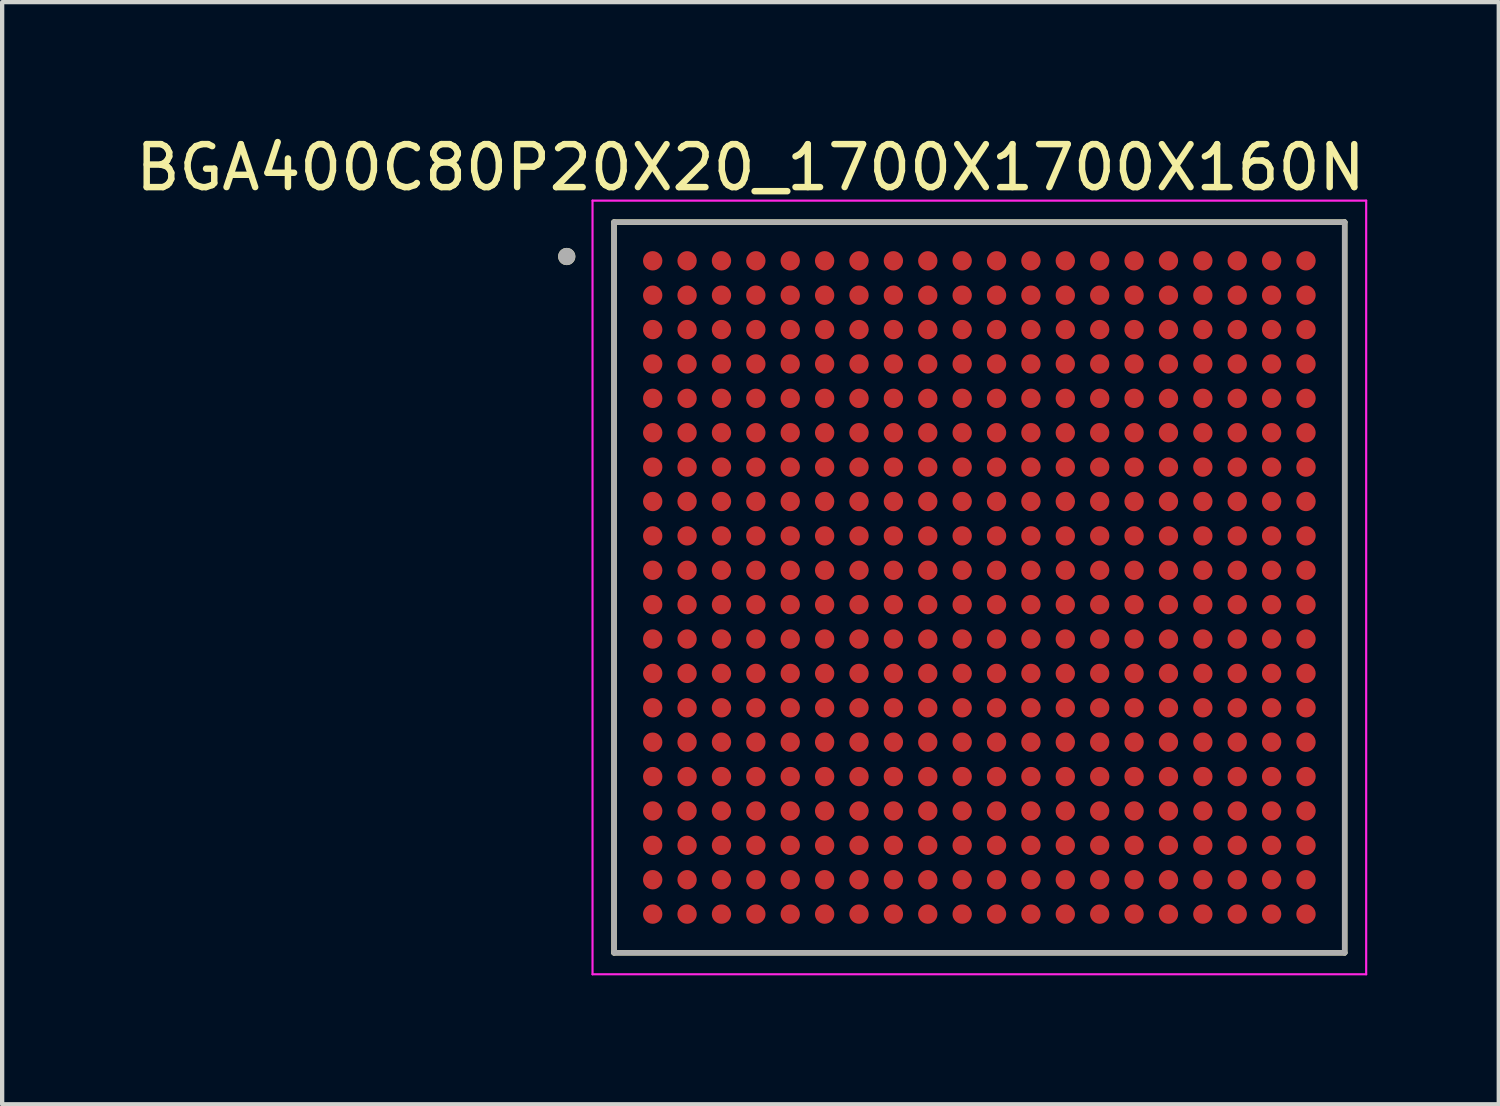
<source format=kicad_pcb>
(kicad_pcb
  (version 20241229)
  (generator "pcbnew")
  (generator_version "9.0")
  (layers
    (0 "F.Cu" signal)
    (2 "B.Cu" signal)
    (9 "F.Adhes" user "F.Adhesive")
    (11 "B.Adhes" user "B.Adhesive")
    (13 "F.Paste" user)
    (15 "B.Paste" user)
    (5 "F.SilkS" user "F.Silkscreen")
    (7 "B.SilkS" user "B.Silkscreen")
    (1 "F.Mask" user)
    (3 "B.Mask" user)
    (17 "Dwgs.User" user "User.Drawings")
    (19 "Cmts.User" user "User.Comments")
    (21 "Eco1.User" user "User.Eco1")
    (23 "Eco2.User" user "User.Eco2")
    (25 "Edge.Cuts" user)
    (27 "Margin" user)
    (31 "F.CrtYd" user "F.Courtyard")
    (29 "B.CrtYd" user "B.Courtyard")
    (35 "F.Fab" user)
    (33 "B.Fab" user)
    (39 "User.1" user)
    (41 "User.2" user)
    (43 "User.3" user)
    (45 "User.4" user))
  (footprint "BGA400C80P20X20_1700X1700X160N"
    (layer "F.Cu")
    (at 19.736 10.618)
    (property "Reference" "BGA400C80P20X20_1700X1700X160N" (at -5.325 -9.77 0) (layer "F.SilkS") (effects (font (size 1 1) (thickness 0.15))))
    (attr smd)
    (fp_line (start -8.5 -8.5) (end -8.5 8.5) (stroke (width 0.127) (type solid)) (layer "F.SilkS"))
    (fp_line (start 8.5 -8.5) (end -8.5 -8.5) (stroke (width 0.127) (type solid)) (layer "F.SilkS"))
    (fp_line (start 8.5 -8.5) (end 8.5 8.5) (stroke (width 0.127) (type solid)) (layer "F.SilkS"))
    (fp_line (start 8.5 8.5) (end -8.5 8.5) (stroke (width 0.127) (type solid)) (layer "F.SilkS"))
    (fp_circle (center -9.6 -7.7) (end -9.5 -7.7) (stroke (width 0.2) (type solid)) (fill no) (layer "F.SilkS"))
    (fp_line (start -9 -9) (end 9 -9) (stroke (width 0.05) (type solid)) (layer "F.CrtYd"))
    (fp_line (start -9 9) (end -9 -9) (stroke (width 0.05) (type solid)) (layer "F.CrtYd"))
    (fp_line (start 9 -9) (end 9 9) (stroke (width 0.05) (type solid)) (layer "F.CrtYd"))
    (fp_line (start 9 9) (end -9 9) (stroke (width 0.05) (type solid)) (layer "F.CrtYd"))
    (fp_line (start -8.5 -8.5) (end -8.5 8.5) (stroke (width 0.127) (type solid)) (layer "F.Fab"))
    (fp_line (start 8.5 -8.5) (end -8.5 -8.5) (stroke (width 0.127) (type solid)) (layer "F.Fab"))
    (fp_line (start 8.5 -8.5) (end 8.5 8.5) (stroke (width 0.127) (type solid)) (layer "F.Fab"))
    (fp_line (start 8.5 8.5) (end -8.5 8.5) (stroke (width 0.127) (type solid)) (layer "F.Fab"))
    (fp_circle (center -9.6 -7.7) (end -9.5 -7.7) (stroke (width 0.2) (type solid)) (fill no) (layer "F.Fab"))
    (pad "A1" smd circle (at -7.6 -7.6) (size 0.45 0.45) (layers "F.Cu" "F.Mask" "F.Paste"))
    (pad "A2" smd circle (at -6.8 -7.6) (size 0.45 0.45) (layers "F.Cu" "F.Mask" "F.Paste"))
    (pad "A3" smd circle (at -6 -7.6) (size 0.45 0.45) (layers "F.Cu" "F.Mask" "F.Paste"))
    (pad "A4" smd circle (at -5.2 -7.6) (size 0.45 0.45) (layers "F.Cu" "F.Mask" "F.Paste"))
    (pad "A5" smd circle (at -4.4 -7.6) (size 0.45 0.45) (layers "F.Cu" "F.Mask" "F.Paste"))
    (pad "A6" smd circle (at -3.6 -7.6) (size 0.45 0.45) (layers "F.Cu" "F.Mask" "F.Paste"))
    (pad "A7" smd circle (at -2.8 -7.6) (size 0.45 0.45) (layers "F.Cu" "F.Mask" "F.Paste"))
    (pad "A8" smd circle (at -2 -7.6) (size 0.45 0.45) (layers "F.Cu" "F.Mask" "F.Paste"))
    (pad "A9" smd circle (at -1.2 -7.6) (size 0.45 0.45) (layers "F.Cu" "F.Mask" "F.Paste"))
    (pad "A10" smd circle (at -0.4 -7.6) (size 0.45 0.45) (layers "F.Cu" "F.Mask" "F.Paste"))
    (pad "A11" smd circle (at 0.4 -7.6) (size 0.45 0.45) (layers "F.Cu" "F.Mask" "F.Paste"))
    (pad "A12" smd circle (at 1.2 -7.6) (size 0.45 0.45) (layers "F.Cu" "F.Mask" "F.Paste"))
    (pad "A13" smd circle (at 2 -7.6) (size 0.45 0.45) (layers "F.Cu" "F.Mask" "F.Paste"))
    (pad "A14" smd circle (at 2.8 -7.6) (size 0.45 0.45) (layers "F.Cu" "F.Mask" "F.Paste"))
    (pad "A15" smd circle (at 3.6 -7.6) (size 0.45 0.45) (layers "F.Cu" "F.Mask" "F.Paste"))
    (pad "A16" smd circle (at 4.4 -7.6) (size 0.45 0.45) (layers "F.Cu" "F.Mask" "F.Paste"))
    (pad "A17" smd circle (at 5.2 -7.6) (size 0.45 0.45) (layers "F.Cu" "F.Mask" "F.Paste"))
    (pad "A18" smd circle (at 6 -7.6) (size 0.45 0.45) (layers "F.Cu" "F.Mask" "F.Paste"))
    (pad "A19" smd circle (at 6.8 -7.6) (size 0.45 0.45) (layers "F.Cu" "F.Mask" "F.Paste"))
    (pad "A20" smd circle (at 7.6 -7.6) (size 0.45 0.45) (layers "F.Cu" "F.Mask" "F.Paste"))
    (pad "B1" smd circle (at -7.6 -6.8) (size 0.45 0.45) (layers "F.Cu" "F.Mask" "F.Paste"))
    (pad "B2" smd circle (at -6.8 -6.8) (size 0.45 0.45) (layers "F.Cu" "F.Mask" "F.Paste"))
    (pad "B3" smd circle (at -6 -6.8) (size 0.45 0.45) (layers "F.Cu" "F.Mask" "F.Paste"))
    (pad "B4" smd circle (at -5.2 -6.8) (size 0.45 0.45) (layers "F.Cu" "F.Mask" "F.Paste"))
    (pad "B5" smd circle (at -4.4 -6.8) (size 0.45 0.45) (layers "F.Cu" "F.Mask" "F.Paste"))
    (pad "B6" smd circle (at -3.6 -6.8) (size 0.45 0.45) (layers "F.Cu" "F.Mask" "F.Paste"))
    (pad "B7" smd circle (at -2.8 -6.8) (size 0.45 0.45) (layers "F.Cu" "F.Mask" "F.Paste"))
    (pad "B8" smd circle (at -2 -6.8) (size 0.45 0.45) (layers "F.Cu" "F.Mask" "F.Paste"))
    (pad "B9" smd circle (at -1.2 -6.8) (size 0.45 0.45) (layers "F.Cu" "F.Mask" "F.Paste"))
    (pad "B10" smd circle (at -0.4 -6.8) (size 0.45 0.45) (layers "F.Cu" "F.Mask" "F.Paste"))
    (pad "B11" smd circle (at 0.4 -6.8) (size 0.45 0.45) (layers "F.Cu" "F.Mask" "F.Paste"))
    (pad "B12" smd circle (at 1.2 -6.8) (size 0.45 0.45) (layers "F.Cu" "F.Mask" "F.Paste"))
    (pad "B13" smd circle (at 2 -6.8) (size 0.45 0.45) (layers "F.Cu" "F.Mask" "F.Paste"))
    (pad "B14" smd circle (at 2.8 -6.8) (size 0.45 0.45) (layers "F.Cu" "F.Mask" "F.Paste"))
    (pad "B15" smd circle (at 3.6 -6.8) (size 0.45 0.45) (layers "F.Cu" "F.Mask" "F.Paste"))
    (pad "B16" smd circle (at 4.4 -6.8) (size 0.45 0.45) (layers "F.Cu" "F.Mask" "F.Paste"))
    (pad "B17" smd circle (at 5.2 -6.8) (size 0.45 0.45) (layers "F.Cu" "F.Mask" "F.Paste"))
    (pad "B18" smd circle (at 6 -6.8) (size 0.45 0.45) (layers "F.Cu" "F.Mask" "F.Paste"))
    (pad "B19" smd circle (at 6.8 -6.8) (size 0.45 0.45) (layers "F.Cu" "F.Mask" "F.Paste"))
    (pad "B20" smd circle (at 7.6 -6.8) (size 0.45 0.45) (layers "F.Cu" "F.Mask" "F.Paste"))
    (pad "C1" smd circle (at -7.6 -6) (size 0.45 0.45) (layers "F.Cu" "F.Mask" "F.Paste"))
    (pad "C2" smd circle (at -6.8 -6) (size 0.45 0.45) (layers "F.Cu" "F.Mask" "F.Paste"))
    (pad "C3" smd circle (at -6 -6) (size 0.45 0.45) (layers "F.Cu" "F.Mask" "F.Paste"))
    (pad "C4" smd circle (at -5.2 -6) (size 0.45 0.45) (layers "F.Cu" "F.Mask" "F.Paste"))
    (pad "C5" smd circle (at -4.4 -6) (size 0.45 0.45) (layers "F.Cu" "F.Mask" "F.Paste"))
    (pad "C6" smd circle (at -3.6 -6) (size 0.45 0.45) (layers "F.Cu" "F.Mask" "F.Paste"))
    (pad "C7" smd circle (at -2.8 -6) (size 0.45 0.45) (layers "F.Cu" "F.Mask" "F.Paste"))
    (pad "C8" smd circle (at -2 -6) (size 0.45 0.45) (layers "F.Cu" "F.Mask" "F.Paste"))
    (pad "C9" smd circle (at -1.2 -6) (size 0.45 0.45) (layers "F.Cu" "F.Mask" "F.Paste"))
    (pad "C10" smd circle (at -0.4 -6) (size 0.45 0.45) (layers "F.Cu" "F.Mask" "F.Paste"))
    (pad "C11" smd circle (at 0.4 -6) (size 0.45 0.45) (layers "F.Cu" "F.Mask" "F.Paste"))
    (pad "C12" smd circle (at 1.2 -6) (size 0.45 0.45) (layers "F.Cu" "F.Mask" "F.Paste"))
    (pad "C13" smd circle (at 2 -6) (size 0.45 0.45) (layers "F.Cu" "F.Mask" "F.Paste"))
    (pad "C14" smd circle (at 2.8 -6) (size 0.45 0.45) (layers "F.Cu" "F.Mask" "F.Paste"))
    (pad "C15" smd circle (at 3.6 -6) (size 0.45 0.45) (layers "F.Cu" "F.Mask" "F.Paste"))
    (pad "C16" smd circle (at 4.4 -6) (size 0.45 0.45) (layers "F.Cu" "F.Mask" "F.Paste"))
    (pad "C17" smd circle (at 5.2 -6) (size 0.45 0.45) (layers "F.Cu" "F.Mask" "F.Paste"))
    (pad "C18" smd circle (at 6 -6) (size 0.45 0.45) (layers "F.Cu" "F.Mask" "F.Paste"))
    (pad "C19" smd circle (at 6.8 -6) (size 0.45 0.45) (layers "F.Cu" "F.Mask" "F.Paste"))
    (pad "C20" smd circle (at 7.6 -6) (size 0.45 0.45) (layers "F.Cu" "F.Mask" "F.Paste"))
    (pad "D1" smd circle (at -7.6 -5.2) (size 0.45 0.45) (layers "F.Cu" "F.Mask" "F.Paste"))
    (pad "D2" smd circle (at -6.8 -5.2) (size 0.45 0.45) (layers "F.Cu" "F.Mask" "F.Paste"))
    (pad "D3" smd circle (at -6 -5.2) (size 0.45 0.45) (layers "F.Cu" "F.Mask" "F.Paste"))
    (pad "D4" smd circle (at -5.2 -5.2) (size 0.45 0.45) (layers "F.Cu" "F.Mask" "F.Paste"))
    (pad "D5" smd circle (at -4.4 -5.2) (size 0.45 0.45) (layers "F.Cu" "F.Mask" "F.Paste"))
    (pad "D6" smd circle (at -3.6 -5.2) (size 0.45 0.45) (layers "F.Cu" "F.Mask" "F.Paste"))
    (pad "D7" smd circle (at -2.8 -5.2) (size 0.45 0.45) (layers "F.Cu" "F.Mask" "F.Paste"))
    (pad "D8" smd circle (at -2 -5.2) (size 0.45 0.45) (layers "F.Cu" "F.Mask" "F.Paste"))
    (pad "D9" smd circle (at -1.2 -5.2) (size 0.45 0.45) (layers "F.Cu" "F.Mask" "F.Paste"))
    (pad "D10" smd circle (at -0.4 -5.2) (size 0.45 0.45) (layers "F.Cu" "F.Mask" "F.Paste"))
    (pad "D11" smd circle (at 0.4 -5.2) (size 0.45 0.45) (layers "F.Cu" "F.Mask" "F.Paste"))
    (pad "D12" smd circle (at 1.2 -5.2) (size 0.45 0.45) (layers "F.Cu" "F.Mask" "F.Paste"))
    (pad "D13" smd circle (at 2 -5.2) (size 0.45 0.45) (layers "F.Cu" "F.Mask" "F.Paste"))
    (pad "D14" smd circle (at 2.8 -5.2) (size 0.45 0.45) (layers "F.Cu" "F.Mask" "F.Paste"))
    (pad "D15" smd circle (at 3.6 -5.2) (size 0.45 0.45) (layers "F.Cu" "F.Mask" "F.Paste"))
    (pad "D16" smd circle (at 4.4 -5.2) (size 0.45 0.45) (layers "F.Cu" "F.Mask" "F.Paste"))
    (pad "D17" smd circle (at 5.2 -5.2) (size 0.45 0.45) (layers "F.Cu" "F.Mask" "F.Paste"))
    (pad "D18" smd circle (at 6 -5.2) (size 0.45 0.45) (layers "F.Cu" "F.Mask" "F.Paste"))
    (pad "D19" smd circle (at 6.8 -5.2) (size 0.45 0.45) (layers "F.Cu" "F.Mask" "F.Paste"))
    (pad "D20" smd circle (at 7.6 -5.2) (size 0.45 0.45) (layers "F.Cu" "F.Mask" "F.Paste"))
    (pad "E1" smd circle (at -7.6 -4.4) (size 0.45 0.45) (layers "F.Cu" "F.Mask" "F.Paste"))
    (pad "E2" smd circle (at -6.8 -4.4) (size 0.45 0.45) (layers "F.Cu" "F.Mask" "F.Paste"))
    (pad "E3" smd circle (at -6 -4.4) (size 0.45 0.45) (layers "F.Cu" "F.Mask" "F.Paste"))
    (pad "E4" smd circle (at -5.2 -4.4) (size 0.45 0.45) (layers "F.Cu" "F.Mask" "F.Paste"))
    (pad "E5" smd circle (at -4.4 -4.4) (size 0.45 0.45) (layers "F.Cu" "F.Mask" "F.Paste"))
    (pad "E6" smd circle (at -3.6 -4.4) (size 0.45 0.45) (layers "F.Cu" "F.Mask" "F.Paste"))
    (pad "E7" smd circle (at -2.8 -4.4) (size 0.45 0.45) (layers "F.Cu" "F.Mask" "F.Paste"))
    (pad "E8" smd circle (at -2 -4.4) (size 0.45 0.45) (layers "F.Cu" "F.Mask" "F.Paste"))
    (pad "E9" smd circle (at -1.2 -4.4) (size 0.45 0.45) (layers "F.Cu" "F.Mask" "F.Paste"))
    (pad "E10" smd circle (at -0.4 -4.4) (size 0.45 0.45) (layers "F.Cu" "F.Mask" "F.Paste"))
    (pad "E11" smd circle (at 0.4 -4.4) (size 0.45 0.45) (layers "F.Cu" "F.Mask" "F.Paste"))
    (pad "E12" smd circle (at 1.2 -4.4) (size 0.45 0.45) (layers "F.Cu" "F.Mask" "F.Paste"))
    (pad "E13" smd circle (at 2 -4.4) (size 0.45 0.45) (layers "F.Cu" "F.Mask" "F.Paste"))
    (pad "E14" smd circle (at 2.8 -4.4) (size 0.45 0.45) (layers "F.Cu" "F.Mask" "F.Paste"))
    (pad "E15" smd circle (at 3.6 -4.4) (size 0.45 0.45) (layers "F.Cu" "F.Mask" "F.Paste"))
    (pad "E16" smd circle (at 4.4 -4.4) (size 0.45 0.45) (layers "F.Cu" "F.Mask" "F.Paste"))
    (pad "E17" smd circle (at 5.2 -4.4) (size 0.45 0.45) (layers "F.Cu" "F.Mask" "F.Paste"))
    (pad "E18" smd circle (at 6 -4.4) (size 0.45 0.45) (layers "F.Cu" "F.Mask" "F.Paste"))
    (pad "E19" smd circle (at 6.8 -4.4) (size 0.45 0.45) (layers "F.Cu" "F.Mask" "F.Paste"))
    (pad "E20" smd circle (at 7.6 -4.4) (size 0.45 0.45) (layers "F.Cu" "F.Mask" "F.Paste"))
    (pad "F1" smd circle (at -7.6 -3.6) (size 0.45 0.45) (layers "F.Cu" "F.Mask" "F.Paste"))
    (pad "F2" smd circle (at -6.8 -3.6) (size 0.45 0.45) (layers "F.Cu" "F.Mask" "F.Paste"))
    (pad "F3" smd circle (at -6 -3.6) (size 0.45 0.45) (layers "F.Cu" "F.Mask" "F.Paste"))
    (pad "F4" smd circle (at -5.2 -3.6) (size 0.45 0.45) (layers "F.Cu" "F.Mask" "F.Paste"))
    (pad "F5" smd circle (at -4.4 -3.6) (size 0.45 0.45) (layers "F.Cu" "F.Mask" "F.Paste"))
    (pad "F6" smd circle (at -3.6 -3.6) (size 0.45 0.45) (layers "F.Cu" "F.Mask" "F.Paste"))
    (pad "F7" smd circle (at -2.8 -3.6) (size 0.45 0.45) (layers "F.Cu" "F.Mask" "F.Paste"))
    (pad "F8" smd circle (at -2 -3.6) (size 0.45 0.45) (layers "F.Cu" "F.Mask" "F.Paste"))
    (pad "F9" smd circle (at -1.2 -3.6) (size 0.45 0.45) (layers "F.Cu" "F.Mask" "F.Paste"))
    (pad "F10" smd circle (at -0.4 -3.6) (size 0.45 0.45) (layers "F.Cu" "F.Mask" "F.Paste"))
    (pad "F11" smd circle (at 0.4 -3.6) (size 0.45 0.45) (layers "F.Cu" "F.Mask" "F.Paste"))
    (pad "F12" smd circle (at 1.2 -3.6) (size 0.45 0.45) (layers "F.Cu" "F.Mask" "F.Paste"))
    (pad "F13" smd circle (at 2 -3.6) (size 0.45 0.45) (layers "F.Cu" "F.Mask" "F.Paste"))
    (pad "F14" smd circle (at 2.8 -3.6) (size 0.45 0.45) (layers "F.Cu" "F.Mask" "F.Paste"))
    (pad "F15" smd circle (at 3.6 -3.6) (size 0.45 0.45) (layers "F.Cu" "F.Mask" "F.Paste"))
    (pad "F16" smd circle (at 4.4 -3.6) (size 0.45 0.45) (layers "F.Cu" "F.Mask" "F.Paste"))
    (pad "F17" smd circle (at 5.2 -3.6) (size 0.45 0.45) (layers "F.Cu" "F.Mask" "F.Paste"))
    (pad "F18" smd circle (at 6 -3.6) (size 0.45 0.45) (layers "F.Cu" "F.Mask" "F.Paste"))
    (pad "F19" smd circle (at 6.8 -3.6) (size 0.45 0.45) (layers "F.Cu" "F.Mask" "F.Paste"))
    (pad "F20" smd circle (at 7.6 -3.6) (size 0.45 0.45) (layers "F.Cu" "F.Mask" "F.Paste"))
    (pad "G1" smd circle (at -7.6 -2.8) (size 0.45 0.45) (layers "F.Cu" "F.Mask" "F.Paste"))
    (pad "G2" smd circle (at -6.8 -2.8) (size 0.45 0.45) (layers "F.Cu" "F.Mask" "F.Paste"))
    (pad "G3" smd circle (at -6 -2.8) (size 0.45 0.45) (layers "F.Cu" "F.Mask" "F.Paste"))
    (pad "G4" smd circle (at -5.2 -2.8) (size 0.45 0.45) (layers "F.Cu" "F.Mask" "F.Paste"))
    (pad "G5" smd circle (at -4.4 -2.8) (size 0.45 0.45) (layers "F.Cu" "F.Mask" "F.Paste"))
    (pad "G6" smd circle (at -3.6 -2.8) (size 0.45 0.45) (layers "F.Cu" "F.Mask" "F.Paste"))
    (pad "G7" smd circle (at -2.8 -2.8) (size 0.45 0.45) (layers "F.Cu" "F.Mask" "F.Paste"))
    (pad "G8" smd circle (at -2 -2.8) (size 0.45 0.45) (layers "F.Cu" "F.Mask" "F.Paste"))
    (pad "G9" smd circle (at -1.2 -2.8) (size 0.45 0.45) (layers "F.Cu" "F.Mask" "F.Paste"))
    (pad "G10" smd circle (at -0.4 -2.8) (size 0.45 0.45) (layers "F.Cu" "F.Mask" "F.Paste"))
    (pad "G11" smd circle (at 0.4 -2.8) (size 0.45 0.45) (layers "F.Cu" "F.Mask" "F.Paste"))
    (pad "G12" smd circle (at 1.2 -2.8) (size 0.45 0.45) (layers "F.Cu" "F.Mask" "F.Paste"))
    (pad "G13" smd circle (at 2 -2.8) (size 0.45 0.45) (layers "F.Cu" "F.Mask" "F.Paste"))
    (pad "G14" smd circle (at 2.8 -2.8) (size 0.45 0.45) (layers "F.Cu" "F.Mask" "F.Paste"))
    (pad "G15" smd circle (at 3.6 -2.8) (size 0.45 0.45) (layers "F.Cu" "F.Mask" "F.Paste"))
    (pad "G16" smd circle (at 4.4 -2.8) (size 0.45 0.45) (layers "F.Cu" "F.Mask" "F.Paste"))
    (pad "G17" smd circle (at 5.2 -2.8) (size 0.45 0.45) (layers "F.Cu" "F.Mask" "F.Paste"))
    (pad "G18" smd circle (at 6 -2.8) (size 0.45 0.45) (layers "F.Cu" "F.Mask" "F.Paste"))
    (pad "G19" smd circle (at 6.8 -2.8) (size 0.45 0.45) (layers "F.Cu" "F.Mask" "F.Paste"))
    (pad "G20" smd circle (at 7.6 -2.8) (size 0.45 0.45) (layers "F.Cu" "F.Mask" "F.Paste"))
    (pad "H1" smd circle (at -7.6 -2) (size 0.45 0.45) (layers "F.Cu" "F.Mask" "F.Paste"))
    (pad "H2" smd circle (at -6.8 -2) (size 0.45 0.45) (layers "F.Cu" "F.Mask" "F.Paste"))
    (pad "H3" smd circle (at -6 -2) (size 0.45 0.45) (layers "F.Cu" "F.Mask" "F.Paste"))
    (pad "H4" smd circle (at -5.2 -2) (size 0.45 0.45) (layers "F.Cu" "F.Mask" "F.Paste"))
    (pad "H5" smd circle (at -4.4 -2) (size 0.45 0.45) (layers "F.Cu" "F.Mask" "F.Paste"))
    (pad "H6" smd circle (at -3.6 -2) (size 0.45 0.45) (layers "F.Cu" "F.Mask" "F.Paste"))
    (pad "H7" smd circle (at -2.8 -2) (size 0.45 0.45) (layers "F.Cu" "F.Mask" "F.Paste"))
    (pad "H8" smd circle (at -2 -2) (size 0.45 0.45) (layers "F.Cu" "F.Mask" "F.Paste"))
    (pad "H9" smd circle (at -1.2 -2) (size 0.45 0.45) (layers "F.Cu" "F.Mask" "F.Paste"))
    (pad "H10" smd circle (at -0.4 -2) (size 0.45 0.45) (layers "F.Cu" "F.Mask" "F.Paste"))
    (pad "H11" smd circle (at 0.4 -2) (size 0.45 0.45) (layers "F.Cu" "F.Mask" "F.Paste"))
    (pad "H12" smd circle (at 1.2 -2) (size 0.45 0.45) (layers "F.Cu" "F.Mask" "F.Paste"))
    (pad "H13" smd circle (at 2 -2) (size 0.45 0.45) (layers "F.Cu" "F.Mask" "F.Paste"))
    (pad "H14" smd circle (at 2.8 -2) (size 0.45 0.45) (layers "F.Cu" "F.Mask" "F.Paste"))
    (pad "H15" smd circle (at 3.6 -2) (size 0.45 0.45) (layers "F.Cu" "F.Mask" "F.Paste"))
    (pad "H16" smd circle (at 4.4 -2) (size 0.45 0.45) (layers "F.Cu" "F.Mask" "F.Paste"))
    (pad "H17" smd circle (at 5.2 -2) (size 0.45 0.45) (layers "F.Cu" "F.Mask" "F.Paste"))
    (pad "H18" smd circle (at 6 -2) (size 0.45 0.45) (layers "F.Cu" "F.Mask" "F.Paste"))
    (pad "H19" smd circle (at 6.8 -2) (size 0.45 0.45) (layers "F.Cu" "F.Mask" "F.Paste"))
    (pad "H20" smd circle (at 7.6 -2) (size 0.45 0.45) (layers "F.Cu" "F.Mask" "F.Paste"))
    (pad "J1" smd circle (at -7.6 -1.2) (size 0.45 0.45) (layers "F.Cu" "F.Mask" "F.Paste"))
    (pad "J2" smd circle (at -6.8 -1.2) (size 0.45 0.45) (layers "F.Cu" "F.Mask" "F.Paste"))
    (pad "J3" smd circle (at -6 -1.2) (size 0.45 0.45) (layers "F.Cu" "F.Mask" "F.Paste"))
    (pad "J4" smd circle (at -5.2 -1.2) (size 0.45 0.45) (layers "F.Cu" "F.Mask" "F.Paste"))
    (pad "J5" smd circle (at -4.4 -1.2) (size 0.45 0.45) (layers "F.Cu" "F.Mask" "F.Paste"))
    (pad "J6" smd circle (at -3.6 -1.2) (size 0.45 0.45) (layers "F.Cu" "F.Mask" "F.Paste"))
    (pad "J7" smd circle (at -2.8 -1.2) (size 0.45 0.45) (layers "F.Cu" "F.Mask" "F.Paste"))
    (pad "J8" smd circle (at -2 -1.2) (size 0.45 0.45) (layers "F.Cu" "F.Mask" "F.Paste"))
    (pad "J9" smd circle (at -1.2 -1.2) (size 0.45 0.45) (layers "F.Cu" "F.Mask" "F.Paste"))
    (pad "J10" smd circle (at -0.4 -1.2) (size 0.45 0.45) (layers "F.Cu" "F.Mask" "F.Paste"))
    (pad "J11" smd circle (at 0.4 -1.2) (size 0.45 0.45) (layers "F.Cu" "F.Mask" "F.Paste"))
    (pad "J12" smd circle (at 1.2 -1.2) (size 0.45 0.45) (layers "F.Cu" "F.Mask" "F.Paste"))
    (pad "J13" smd circle (at 2 -1.2) (size 0.45 0.45) (layers "F.Cu" "F.Mask" "F.Paste"))
    (pad "J14" smd circle (at 2.8 -1.2) (size 0.45 0.45) (layers "F.Cu" "F.Mask" "F.Paste"))
    (pad "J15" smd circle (at 3.6 -1.2) (size 0.45 0.45) (layers "F.Cu" "F.Mask" "F.Paste"))
    (pad "J16" smd circle (at 4.4 -1.2) (size 0.45 0.45) (layers "F.Cu" "F.Mask" "F.Paste"))
    (pad "J17" smd circle (at 5.2 -1.2) (size 0.45 0.45) (layers "F.Cu" "F.Mask" "F.Paste"))
    (pad "J18" smd circle (at 6 -1.2) (size 0.45 0.45) (layers "F.Cu" "F.Mask" "F.Paste"))
    (pad "J19" smd circle (at 6.8 -1.2) (size 0.45 0.45) (layers "F.Cu" "F.Mask" "F.Paste"))
    (pad "J20" smd circle (at 7.6 -1.2) (size 0.45 0.45) (layers "F.Cu" "F.Mask" "F.Paste"))
    (pad "K1" smd circle (at -7.6 -0.4) (size 0.45 0.45) (layers "F.Cu" "F.Mask" "F.Paste"))
    (pad "K2" smd circle (at -6.8 -0.4) (size 0.45 0.45) (layers "F.Cu" "F.Mask" "F.Paste"))
    (pad "K3" smd circle (at -6 -0.4) (size 0.45 0.45) (layers "F.Cu" "F.Mask" "F.Paste"))
    (pad "K4" smd circle (at -5.2 -0.4) (size 0.45 0.45) (layers "F.Cu" "F.Mask" "F.Paste"))
    (pad "K5" smd circle (at -4.4 -0.4) (size 0.45 0.45) (layers "F.Cu" "F.Mask" "F.Paste"))
    (pad "K6" smd circle (at -3.6 -0.4) (size 0.45 0.45) (layers "F.Cu" "F.Mask" "F.Paste"))
    (pad "K7" smd circle (at -2.8 -0.4) (size 0.45 0.45) (layers "F.Cu" "F.Mask" "F.Paste"))
    (pad "K8" smd circle (at -2 -0.4) (size 0.45 0.45) (layers "F.Cu" "F.Mask" "F.Paste"))
    (pad "K9" smd circle (at -1.2 -0.4) (size 0.45 0.45) (layers "F.Cu" "F.Mask" "F.Paste"))
    (pad "K10" smd circle (at -0.4 -0.4) (size 0.45 0.45) (layers "F.Cu" "F.Mask" "F.Paste"))
    (pad "K11" smd circle (at 0.4 -0.4) (size 0.45 0.45) (layers "F.Cu" "F.Mask" "F.Paste"))
    (pad "K12" smd circle (at 1.2 -0.4) (size 0.45 0.45) (layers "F.Cu" "F.Mask" "F.Paste"))
    (pad "K13" smd circle (at 2 -0.4) (size 0.45 0.45) (layers "F.Cu" "F.Mask" "F.Paste"))
    (pad "K14" smd circle (at 2.8 -0.4) (size 0.45 0.45) (layers "F.Cu" "F.Mask" "F.Paste"))
    (pad "K15" smd circle (at 3.6 -0.4) (size 0.45 0.45) (layers "F.Cu" "F.Mask" "F.Paste"))
    (pad "K16" smd circle (at 4.4 -0.4) (size 0.45 0.45) (layers "F.Cu" "F.Mask" "F.Paste"))
    (pad "K17" smd circle (at 5.2 -0.4) (size 0.45 0.45) (layers "F.Cu" "F.Mask" "F.Paste"))
    (pad "K18" smd circle (at 6 -0.4) (size 0.45 0.45) (layers "F.Cu" "F.Mask" "F.Paste"))
    (pad "K19" smd circle (at 6.8 -0.4) (size 0.45 0.45) (layers "F.Cu" "F.Mask" "F.Paste"))
    (pad "K20" smd circle (at 7.6 -0.4) (size 0.45 0.45) (layers "F.Cu" "F.Mask" "F.Paste"))
    (pad "L1" smd circle (at -7.6 0.4) (size 0.45 0.45) (layers "F.Cu" "F.Mask" "F.Paste"))
    (pad "L2" smd circle (at -6.8 0.4) (size 0.45 0.45) (layers "F.Cu" "F.Mask" "F.Paste"))
    (pad "L3" smd circle (at -6 0.4) (size 0.45 0.45) (layers "F.Cu" "F.Mask" "F.Paste"))
    (pad "L4" smd circle (at -5.2 0.4) (size 0.45 0.45) (layers "F.Cu" "F.Mask" "F.Paste"))
    (pad "L5" smd circle (at -4.4 0.4) (size 0.45 0.45) (layers "F.Cu" "F.Mask" "F.Paste"))
    (pad "L6" smd circle (at -3.6 0.4) (size 0.45 0.45) (layers "F.Cu" "F.Mask" "F.Paste"))
    (pad "L7" smd circle (at -2.8 0.4) (size 0.45 0.45) (layers "F.Cu" "F.Mask" "F.Paste"))
    (pad "L8" smd circle (at -2 0.4) (size 0.45 0.45) (layers "F.Cu" "F.Mask" "F.Paste"))
    (pad "L9" smd circle (at -1.2 0.4) (size 0.45 0.45) (layers "F.Cu" "F.Mask" "F.Paste"))
    (pad "L10" smd circle (at -0.4 0.4) (size 0.45 0.45) (layers "F.Cu" "F.Mask" "F.Paste"))
    (pad "L11" smd circle (at 0.4 0.4) (size 0.45 0.45) (layers "F.Cu" "F.Mask" "F.Paste"))
    (pad "L12" smd circle (at 1.2 0.4) (size 0.45 0.45) (layers "F.Cu" "F.Mask" "F.Paste"))
    (pad "L13" smd circle (at 2 0.4) (size 0.45 0.45) (layers "F.Cu" "F.Mask" "F.Paste"))
    (pad "L14" smd circle (at 2.8 0.4) (size 0.45 0.45) (layers "F.Cu" "F.Mask" "F.Paste"))
    (pad "L15" smd circle (at 3.6 0.4) (size 0.45 0.45) (layers "F.Cu" "F.Mask" "F.Paste"))
    (pad "L16" smd circle (at 4.4 0.4) (size 0.45 0.45) (layers "F.Cu" "F.Mask" "F.Paste"))
    (pad "L17" smd circle (at 5.2 0.4) (size 0.45 0.45) (layers "F.Cu" "F.Mask" "F.Paste"))
    (pad "L18" smd circle (at 6 0.4) (size 0.45 0.45) (layers "F.Cu" "F.Mask" "F.Paste"))
    (pad "L19" smd circle (at 6.8 0.4) (size 0.45 0.45) (layers "F.Cu" "F.Mask" "F.Paste"))
    (pad "L20" smd circle (at 7.6 0.4) (size 0.45 0.45) (layers "F.Cu" "F.Mask" "F.Paste"))
    (pad "M1" smd circle (at -7.6 1.2) (size 0.45 0.45) (layers "F.Cu" "F.Mask" "F.Paste"))
    (pad "M2" smd circle (at -6.8 1.2) (size 0.45 0.45) (layers "F.Cu" "F.Mask" "F.Paste"))
    (pad "M3" smd circle (at -6 1.2) (size 0.45 0.45) (layers "F.Cu" "F.Mask" "F.Paste"))
    (pad "M4" smd circle (at -5.2 1.2) (size 0.45 0.45) (layers "F.Cu" "F.Mask" "F.Paste"))
    (pad "M5" smd circle (at -4.4 1.2) (size 0.45 0.45) (layers "F.Cu" "F.Mask" "F.Paste"))
    (pad "M6" smd circle (at -3.6 1.2) (size 0.45 0.45) (layers "F.Cu" "F.Mask" "F.Paste"))
    (pad "M7" smd circle (at -2.8 1.2) (size 0.45 0.45) (layers "F.Cu" "F.Mask" "F.Paste"))
    (pad "M8" smd circle (at -2 1.2) (size 0.45 0.45) (layers "F.Cu" "F.Mask" "F.Paste"))
    (pad "M9" smd circle (at -1.2 1.2) (size 0.45 0.45) (layers "F.Cu" "F.Mask" "F.Paste"))
    (pad "M10" smd circle (at -0.4 1.2) (size 0.45 0.45) (layers "F.Cu" "F.Mask" "F.Paste"))
    (pad "M11" smd circle (at 0.4 1.2) (size 0.45 0.45) (layers "F.Cu" "F.Mask" "F.Paste"))
    (pad "M12" smd circle (at 1.2 1.2) (size 0.45 0.45) (layers "F.Cu" "F.Mask" "F.Paste"))
    (pad "M13" smd circle (at 2 1.2) (size 0.45 0.45) (layers "F.Cu" "F.Mask" "F.Paste"))
    (pad "M14" smd circle (at 2.8 1.2) (size 0.45 0.45) (layers "F.Cu" "F.Mask" "F.Paste"))
    (pad "M15" smd circle (at 3.6 1.2) (size 0.45 0.45) (layers "F.Cu" "F.Mask" "F.Paste"))
    (pad "M16" smd circle (at 4.4 1.2) (size 0.45 0.45) (layers "F.Cu" "F.Mask" "F.Paste"))
    (pad "M17" smd circle (at 5.2 1.2) (size 0.45 0.45) (layers "F.Cu" "F.Mask" "F.Paste"))
    (pad "M18" smd circle (at 6 1.2) (size 0.45 0.45) (layers "F.Cu" "F.Mask" "F.Paste"))
    (pad "M19" smd circle (at 6.8 1.2) (size 0.45 0.45) (layers "F.Cu" "F.Mask" "F.Paste"))
    (pad "M20" smd circle (at 7.6 1.2) (size 0.45 0.45) (layers "F.Cu" "F.Mask" "F.Paste"))
    (pad "N1" smd circle (at -7.6 2) (size 0.45 0.45) (layers "F.Cu" "F.Mask" "F.Paste"))
    (pad "N2" smd circle (at -6.8 2) (size 0.45 0.45) (layers "F.Cu" "F.Mask" "F.Paste"))
    (pad "N3" smd circle (at -6 2) (size 0.45 0.45) (layers "F.Cu" "F.Mask" "F.Paste"))
    (pad "N4" smd circle (at -5.2 2) (size 0.45 0.45) (layers "F.Cu" "F.Mask" "F.Paste"))
    (pad "N5" smd circle (at -4.4 2) (size 0.45 0.45) (layers "F.Cu" "F.Mask" "F.Paste"))
    (pad "N6" smd circle (at -3.6 2) (size 0.45 0.45) (layers "F.Cu" "F.Mask" "F.Paste"))
    (pad "N7" smd circle (at -2.8 2) (size 0.45 0.45) (layers "F.Cu" "F.Mask" "F.Paste"))
    (pad "N8" smd circle (at -2 2) (size 0.45 0.45) (layers "F.Cu" "F.Mask" "F.Paste"))
    (pad "N9" smd circle (at -1.2 2) (size 0.45 0.45) (layers "F.Cu" "F.Mask" "F.Paste"))
    (pad "N10" smd circle (at -0.4 2) (size 0.45 0.45) (layers "F.Cu" "F.Mask" "F.Paste"))
    (pad "N11" smd circle (at 0.4 2) (size 0.45 0.45) (layers "F.Cu" "F.Mask" "F.Paste"))
    (pad "N12" smd circle (at 1.2 2) (size 0.45 0.45) (layers "F.Cu" "F.Mask" "F.Paste"))
    (pad "N13" smd circle (at 2 2) (size 0.45 0.45) (layers "F.Cu" "F.Mask" "F.Paste"))
    (pad "N14" smd circle (at 2.8 2) (size 0.45 0.45) (layers "F.Cu" "F.Mask" "F.Paste"))
    (pad "N15" smd circle (at 3.6 2) (size 0.45 0.45) (layers "F.Cu" "F.Mask" "F.Paste"))
    (pad "N16" smd circle (at 4.4 2) (size 0.45 0.45) (layers "F.Cu" "F.Mask" "F.Paste"))
    (pad "N17" smd circle (at 5.2 2) (size 0.45 0.45) (layers "F.Cu" "F.Mask" "F.Paste"))
    (pad "N18" smd circle (at 6 2) (size 0.45 0.45) (layers "F.Cu" "F.Mask" "F.Paste"))
    (pad "N19" smd circle (at 6.8 2) (size 0.45 0.45) (layers "F.Cu" "F.Mask" "F.Paste"))
    (pad "N20" smd circle (at 7.6 2) (size 0.45 0.45) (layers "F.Cu" "F.Mask" "F.Paste"))
    (pad "P1" smd circle (at -7.6 2.8) (size 0.45 0.45) (layers "F.Cu" "F.Mask" "F.Paste"))
    (pad "P2" smd circle (at -6.8 2.8) (size 0.45 0.45) (layers "F.Cu" "F.Mask" "F.Paste"))
    (pad "P3" smd circle (at -6 2.8) (size 0.45 0.45) (layers "F.Cu" "F.Mask" "F.Paste"))
    (pad "P4" smd circle (at -5.2 2.8) (size 0.45 0.45) (layers "F.Cu" "F.Mask" "F.Paste"))
    (pad "P5" smd circle (at -4.4 2.8) (size 0.45 0.45) (layers "F.Cu" "F.Mask" "F.Paste"))
    (pad "P6" smd circle (at -3.6 2.8) (size 0.45 0.45) (layers "F.Cu" "F.Mask" "F.Paste"))
    (pad "P7" smd circle (at -2.8 2.8) (size 0.45 0.45) (layers "F.Cu" "F.Mask" "F.Paste"))
    (pad "P8" smd circle (at -2 2.8) (size 0.45 0.45) (layers "F.Cu" "F.Mask" "F.Paste"))
    (pad "P9" smd circle (at -1.2 2.8) (size 0.45 0.45) (layers "F.Cu" "F.Mask" "F.Paste"))
    (pad "P10" smd circle (at -0.4 2.8) (size 0.45 0.45) (layers "F.Cu" "F.Mask" "F.Paste"))
    (pad "P11" smd circle (at 0.4 2.8) (size 0.45 0.45) (layers "F.Cu" "F.Mask" "F.Paste"))
    (pad "P12" smd circle (at 1.2 2.8) (size 0.45 0.45) (layers "F.Cu" "F.Mask" "F.Paste"))
    (pad "P13" smd circle (at 2 2.8) (size 0.45 0.45) (layers "F.Cu" "F.Mask" "F.Paste"))
    (pad "P14" smd circle (at 2.8 2.8) (size 0.45 0.45) (layers "F.Cu" "F.Mask" "F.Paste"))
    (pad "P15" smd circle (at 3.6 2.8) (size 0.45 0.45) (layers "F.Cu" "F.Mask" "F.Paste"))
    (pad "P16" smd circle (at 4.4 2.8) (size 0.45 0.45) (layers "F.Cu" "F.Mask" "F.Paste"))
    (pad "P17" smd circle (at 5.2 2.8) (size 0.45 0.45) (layers "F.Cu" "F.Mask" "F.Paste"))
    (pad "P18" smd circle (at 6 2.8) (size 0.45 0.45) (layers "F.Cu" "F.Mask" "F.Paste"))
    (pad "P19" smd circle (at 6.8 2.8) (size 0.45 0.45) (layers "F.Cu" "F.Mask" "F.Paste"))
    (pad "P20" smd circle (at 7.6 2.8) (size 0.45 0.45) (layers "F.Cu" "F.Mask" "F.Paste"))
    (pad "R1" smd circle (at -7.6 3.6) (size 0.45 0.45) (layers "F.Cu" "F.Mask" "F.Paste"))
    (pad "R2" smd circle (at -6.8 3.6) (size 0.45 0.45) (layers "F.Cu" "F.Mask" "F.Paste"))
    (pad "R3" smd circle (at -6 3.6) (size 0.45 0.45) (layers "F.Cu" "F.Mask" "F.Paste"))
    (pad "R4" smd circle (at -5.2 3.6) (size 0.45 0.45) (layers "F.Cu" "F.Mask" "F.Paste"))
    (pad "R5" smd circle (at -4.4 3.6) (size 0.45 0.45) (layers "F.Cu" "F.Mask" "F.Paste"))
    (pad "R6" smd circle (at -3.6 3.6) (size 0.45 0.45) (layers "F.Cu" "F.Mask" "F.Paste"))
    (pad "R7" smd circle (at -2.8 3.6) (size 0.45 0.45) (layers "F.Cu" "F.Mask" "F.Paste"))
    (pad "R8" smd circle (at -2 3.6) (size 0.45 0.45) (layers "F.Cu" "F.Mask" "F.Paste"))
    (pad "R9" smd circle (at -1.2 3.6) (size 0.45 0.45) (layers "F.Cu" "F.Mask" "F.Paste"))
    (pad "R10" smd circle (at -0.4 3.6) (size 0.45 0.45) (layers "F.Cu" "F.Mask" "F.Paste"))
    (pad "R11" smd circle (at 0.4 3.6) (size 0.45 0.45) (layers "F.Cu" "F.Mask" "F.Paste"))
    (pad "R12" smd circle (at 1.2 3.6) (size 0.45 0.45) (layers "F.Cu" "F.Mask" "F.Paste"))
    (pad "R13" smd circle (at 2 3.6) (size 0.45 0.45) (layers "F.Cu" "F.Mask" "F.Paste"))
    (pad "R14" smd circle (at 2.8 3.6) (size 0.45 0.45) (layers "F.Cu" "F.Mask" "F.Paste"))
    (pad "R15" smd circle (at 3.6 3.6) (size 0.45 0.45) (layers "F.Cu" "F.Mask" "F.Paste"))
    (pad "R16" smd circle (at 4.4 3.6) (size 0.45 0.45) (layers "F.Cu" "F.Mask" "F.Paste"))
    (pad "R17" smd circle (at 5.2 3.6) (size 0.45 0.45) (layers "F.Cu" "F.Mask" "F.Paste"))
    (pad "R18" smd circle (at 6 3.6) (size 0.45 0.45) (layers "F.Cu" "F.Mask" "F.Paste"))
    (pad "R19" smd circle (at 6.8 3.6) (size 0.45 0.45) (layers "F.Cu" "F.Mask" "F.Paste"))
    (pad "R20" smd circle (at 7.6 3.6) (size 0.45 0.45) (layers "F.Cu" "F.Mask" "F.Paste"))
    (pad "T1" smd circle (at -7.6 4.4) (size 0.45 0.45) (layers "F.Cu" "F.Mask" "F.Paste"))
    (pad "T2" smd circle (at -6.8 4.4) (size 0.45 0.45) (layers "F.Cu" "F.Mask" "F.Paste"))
    (pad "T3" smd circle (at -6 4.4) (size 0.45 0.45) (layers "F.Cu" "F.Mask" "F.Paste"))
    (pad "T4" smd circle (at -5.2 4.4) (size 0.45 0.45) (layers "F.Cu" "F.Mask" "F.Paste"))
    (pad "T5" smd circle (at -4.4 4.4) (size 0.45 0.45) (layers "F.Cu" "F.Mask" "F.Paste"))
    (pad "T6" smd circle (at -3.6 4.4) (size 0.45 0.45) (layers "F.Cu" "F.Mask" "F.Paste"))
    (pad "T7" smd circle (at -2.8 4.4) (size 0.45 0.45) (layers "F.Cu" "F.Mask" "F.Paste"))
    (pad "T8" smd circle (at -2 4.4) (size 0.45 0.45) (layers "F.Cu" "F.Mask" "F.Paste"))
    (pad "T9" smd circle (at -1.2 4.4) (size 0.45 0.45) (layers "F.Cu" "F.Mask" "F.Paste"))
    (pad "T10" smd circle (at -0.4 4.4) (size 0.45 0.45) (layers "F.Cu" "F.Mask" "F.Paste"))
    (pad "T11" smd circle (at 0.4 4.4) (size 0.45 0.45) (layers "F.Cu" "F.Mask" "F.Paste"))
    (pad "T12" smd circle (at 1.2 4.4) (size 0.45 0.45) (layers "F.Cu" "F.Mask" "F.Paste"))
    (pad "T13" smd circle (at 2 4.4) (size 0.45 0.45) (layers "F.Cu" "F.Mask" "F.Paste"))
    (pad "T14" smd circle (at 2.8 4.4) (size 0.45 0.45) (layers "F.Cu" "F.Mask" "F.Paste"))
    (pad "T15" smd circle (at 3.6 4.4) (size 0.45 0.45) (layers "F.Cu" "F.Mask" "F.Paste"))
    (pad "T16" smd circle (at 4.4 4.4) (size 0.45 0.45) (layers "F.Cu" "F.Mask" "F.Paste"))
    (pad "T17" smd circle (at 5.2 4.4) (size 0.45 0.45) (layers "F.Cu" "F.Mask" "F.Paste"))
    (pad "T18" smd circle (at 6 4.4) (size 0.45 0.45) (layers "F.Cu" "F.Mask" "F.Paste"))
    (pad "T19" smd circle (at 6.8 4.4) (size 0.45 0.45) (layers "F.Cu" "F.Mask" "F.Paste"))
    (pad "T20" smd circle (at 7.6 4.4) (size 0.45 0.45) (layers "F.Cu" "F.Mask" "F.Paste"))
    (pad "U1" smd circle (at -7.6 5.2) (size 0.45 0.45) (layers "F.Cu" "F.Mask" "F.Paste"))
    (pad "U2" smd circle (at -6.8 5.2) (size 0.45 0.45) (layers "F.Cu" "F.Mask" "F.Paste"))
    (pad "U3" smd circle (at -6 5.2) (size 0.45 0.45) (layers "F.Cu" "F.Mask" "F.Paste"))
    (pad "U4" smd circle (at -5.2 5.2) (size 0.45 0.45) (layers "F.Cu" "F.Mask" "F.Paste"))
    (pad "U5" smd circle (at -4.4 5.2) (size 0.45 0.45) (layers "F.Cu" "F.Mask" "F.Paste"))
    (pad "U6" smd circle (at -3.6 5.2) (size 0.45 0.45) (layers "F.Cu" "F.Mask" "F.Paste"))
    (pad "U7" smd circle (at -2.8 5.2) (size 0.45 0.45) (layers "F.Cu" "F.Mask" "F.Paste"))
    (pad "U8" smd circle (at -2 5.2) (size 0.45 0.45) (layers "F.Cu" "F.Mask" "F.Paste"))
    (pad "U9" smd circle (at -1.2 5.2) (size 0.45 0.45) (layers "F.Cu" "F.Mask" "F.Paste"))
    (pad "U10" smd circle (at -0.4 5.2) (size 0.45 0.45) (layers "F.Cu" "F.Mask" "F.Paste"))
    (pad "U11" smd circle (at 0.4 5.2) (size 0.45 0.45) (layers "F.Cu" "F.Mask" "F.Paste"))
    (pad "U12" smd circle (at 1.2 5.2) (size 0.45 0.45) (layers "F.Cu" "F.Mask" "F.Paste"))
    (pad "U13" smd circle (at 2 5.2) (size 0.45 0.45) (layers "F.Cu" "F.Mask" "F.Paste"))
    (pad "U14" smd circle (at 2.8 5.2) (size 0.45 0.45) (layers "F.Cu" "F.Mask" "F.Paste"))
    (pad "U15" smd circle (at 3.6 5.2) (size 0.45 0.45) (layers "F.Cu" "F.Mask" "F.Paste"))
    (pad "U16" smd circle (at 4.4 5.2) (size 0.45 0.45) (layers "F.Cu" "F.Mask" "F.Paste"))
    (pad "U17" smd circle (at 5.2 5.2) (size 0.45 0.45) (layers "F.Cu" "F.Mask" "F.Paste"))
    (pad "U18" smd circle (at 6 5.2) (size 0.45 0.45) (layers "F.Cu" "F.Mask" "F.Paste"))
    (pad "U19" smd circle (at 6.8 5.2) (size 0.45 0.45) (layers "F.Cu" "F.Mask" "F.Paste"))
    (pad "U20" smd circle (at 7.6 5.2) (size 0.45 0.45) (layers "F.Cu" "F.Mask" "F.Paste"))
    (pad "V1" smd circle (at -7.6 6) (size 0.45 0.45) (layers "F.Cu" "F.Mask" "F.Paste"))
    (pad "V2" smd circle (at -6.8 6) (size 0.45 0.45) (layers "F.Cu" "F.Mask" "F.Paste"))
    (pad "V3" smd circle (at -6 6) (size 0.45 0.45) (layers "F.Cu" "F.Mask" "F.Paste"))
    (pad "V4" smd circle (at -5.2 6) (size 0.45 0.45) (layers "F.Cu" "F.Mask" "F.Paste"))
    (pad "V5" smd circle (at -4.4 6) (size 0.45 0.45) (layers "F.Cu" "F.Mask" "F.Paste"))
    (pad "V6" smd circle (at -3.6 6) (size 0.45 0.45) (layers "F.Cu" "F.Mask" "F.Paste"))
    (pad "V7" smd circle (at -2.8 6) (size 0.45 0.45) (layers "F.Cu" "F.Mask" "F.Paste"))
    (pad "V8" smd circle (at -2 6) (size 0.45 0.45) (layers "F.Cu" "F.Mask" "F.Paste"))
    (pad "V9" smd circle (at -1.2 6) (size 0.45 0.45) (layers "F.Cu" "F.Mask" "F.Paste"))
    (pad "V10" smd circle (at -0.4 6) (size 0.45 0.45) (layers "F.Cu" "F.Mask" "F.Paste"))
    (pad "V11" smd circle (at 0.4 6) (size 0.45 0.45) (layers "F.Cu" "F.Mask" "F.Paste"))
    (pad "V12" smd circle (at 1.2 6) (size 0.45 0.45) (layers "F.Cu" "F.Mask" "F.Paste"))
    (pad "V13" smd circle (at 2 6) (size 0.45 0.45) (layers "F.Cu" "F.Mask" "F.Paste"))
    (pad "V14" smd circle (at 2.8 6) (size 0.45 0.45) (layers "F.Cu" "F.Mask" "F.Paste"))
    (pad "V15" smd circle (at 3.6 6) (size 0.45 0.45) (layers "F.Cu" "F.Mask" "F.Paste"))
    (pad "V16" smd circle (at 4.4 6) (size 0.45 0.45) (layers "F.Cu" "F.Mask" "F.Paste"))
    (pad "V17" smd circle (at 5.2 6) (size 0.45 0.45) (layers "F.Cu" "F.Mask" "F.Paste"))
    (pad "V18" smd circle (at 6 6) (size 0.45 0.45) (layers "F.Cu" "F.Mask" "F.Paste"))
    (pad "V19" smd circle (at 6.8 6) (size 0.45 0.45) (layers "F.Cu" "F.Mask" "F.Paste"))
    (pad "V20" smd circle (at 7.6 6) (size 0.45 0.45) (layers "F.Cu" "F.Mask" "F.Paste"))
    (pad "W1" smd circle (at -7.6 6.8) (size 0.45 0.45) (layers "F.Cu" "F.Mask" "F.Paste"))
    (pad "W2" smd circle (at -6.8 6.8) (size 0.45 0.45) (layers "F.Cu" "F.Mask" "F.Paste"))
    (pad "W3" smd circle (at -6 6.8) (size 0.45 0.45) (layers "F.Cu" "F.Mask" "F.Paste"))
    (pad "W4" smd circle (at -5.2 6.8) (size 0.45 0.45) (layers "F.Cu" "F.Mask" "F.Paste"))
    (pad "W5" smd circle (at -4.4 6.8) (size 0.45 0.45) (layers "F.Cu" "F.Mask" "F.Paste"))
    (pad "W6" smd circle (at -3.6 6.8) (size 0.45 0.45) (layers "F.Cu" "F.Mask" "F.Paste"))
    (pad "W7" smd circle (at -2.8 6.8) (size 0.45 0.45) (layers "F.Cu" "F.Mask" "F.Paste"))
    (pad "W8" smd circle (at -2 6.8) (size 0.45 0.45) (layers "F.Cu" "F.Mask" "F.Paste"))
    (pad "W9" smd circle (at -1.2 6.8) (size 0.45 0.45) (layers "F.Cu" "F.Mask" "F.Paste"))
    (pad "W10" smd circle (at -0.4 6.8) (size 0.45 0.45) (layers "F.Cu" "F.Mask" "F.Paste"))
    (pad "W11" smd circle (at 0.4 6.8) (size 0.45 0.45) (layers "F.Cu" "F.Mask" "F.Paste"))
    (pad "W12" smd circle (at 1.2 6.8) (size 0.45 0.45) (layers "F.Cu" "F.Mask" "F.Paste"))
    (pad "W13" smd circle (at 2 6.8) (size 0.45 0.45) (layers "F.Cu" "F.Mask" "F.Paste"))
    (pad "W14" smd circle (at 2.8 6.8) (size 0.45 0.45) (layers "F.Cu" "F.Mask" "F.Paste"))
    (pad "W15" smd circle (at 3.6 6.8) (size 0.45 0.45) (layers "F.Cu" "F.Mask" "F.Paste"))
    (pad "W16" smd circle (at 4.4 6.8) (size 0.45 0.45) (layers "F.Cu" "F.Mask" "F.Paste"))
    (pad "W17" smd circle (at 5.2 6.8) (size 0.45 0.45) (layers "F.Cu" "F.Mask" "F.Paste"))
    (pad "W18" smd circle (at 6 6.8) (size 0.45 0.45) (layers "F.Cu" "F.Mask" "F.Paste"))
    (pad "W19" smd circle (at 6.8 6.8) (size 0.45 0.45) (layers "F.Cu" "F.Mask" "F.Paste"))
    (pad "W20" smd circle (at 7.6 6.8) (size 0.45 0.45) (layers "F.Cu" "F.Mask" "F.Paste"))
    (pad "Y1" smd circle (at -7.6 7.6) (size 0.45 0.45) (layers "F.Cu" "F.Mask" "F.Paste"))
    (pad "Y2" smd circle (at -6.8 7.6) (size 0.45 0.45) (layers "F.Cu" "F.Mask" "F.Paste"))
    (pad "Y3" smd circle (at -6 7.6) (size 0.45 0.45) (layers "F.Cu" "F.Mask" "F.Paste"))
    (pad "Y4" smd circle (at -5.2 7.6) (size 0.45 0.45) (layers "F.Cu" "F.Mask" "F.Paste"))
    (pad "Y5" smd circle (at -4.4 7.6) (size 0.45 0.45) (layers "F.Cu" "F.Mask" "F.Paste"))
    (pad "Y6" smd circle (at -3.6 7.6) (size 0.45 0.45) (layers "F.Cu" "F.Mask" "F.Paste"))
    (pad "Y7" smd circle (at -2.8 7.6) (size 0.45 0.45) (layers "F.Cu" "F.Mask" "F.Paste"))
    (pad "Y8" smd circle (at -2 7.6) (size 0.45 0.45) (layers "F.Cu" "F.Mask" "F.Paste"))
    (pad "Y9" smd circle (at -1.2 7.6) (size 0.45 0.45) (layers "F.Cu" "F.Mask" "F.Paste"))
    (pad "Y10" smd circle (at -0.4 7.6) (size 0.45 0.45) (layers "F.Cu" "F.Mask" "F.Paste"))
    (pad "Y11" smd circle (at 0.4 7.6) (size 0.45 0.45) (layers "F.Cu" "F.Mask" "F.Paste"))
    (pad "Y12" smd circle (at 1.2 7.6) (size 0.45 0.45) (layers "F.Cu" "F.Mask" "F.Paste"))
    (pad "Y13" smd circle (at 2 7.6) (size 0.45 0.45) (layers "F.Cu" "F.Mask" "F.Paste"))
    (pad "Y14" smd circle (at 2.8 7.6) (size 0.45 0.45) (layers "F.Cu" "F.Mask" "F.Paste"))
    (pad "Y15" smd circle (at 3.6 7.6) (size 0.45 0.45) (layers "F.Cu" "F.Mask" "F.Paste"))
    (pad "Y16" smd circle (at 4.4 7.6) (size 0.45 0.45) (layers "F.Cu" "F.Mask" "F.Paste"))
    (pad "Y17" smd circle (at 5.2 7.6) (size 0.45 0.45) (layers "F.Cu" "F.Mask" "F.Paste"))
    (pad "Y18" smd circle (at 6 7.6) (size 0.45 0.45) (layers "F.Cu" "F.Mask" "F.Paste"))
    (pad "Y19" smd circle (at 6.8 7.6) (size 0.45 0.45) (layers "F.Cu" "F.Mask" "F.Paste"))
    (pad "Y20" smd circle (at 7.6 7.6) (size 0.45 0.45) (layers "F.Cu" "F.Mask" "F.Paste")))
  (gr_rect
    (start -3 -3)
    (end 31.821 22.643)
    (stroke (width 0.1) (type default))
    (fill no)
    (layer "Edge.Cuts")))
</source>
